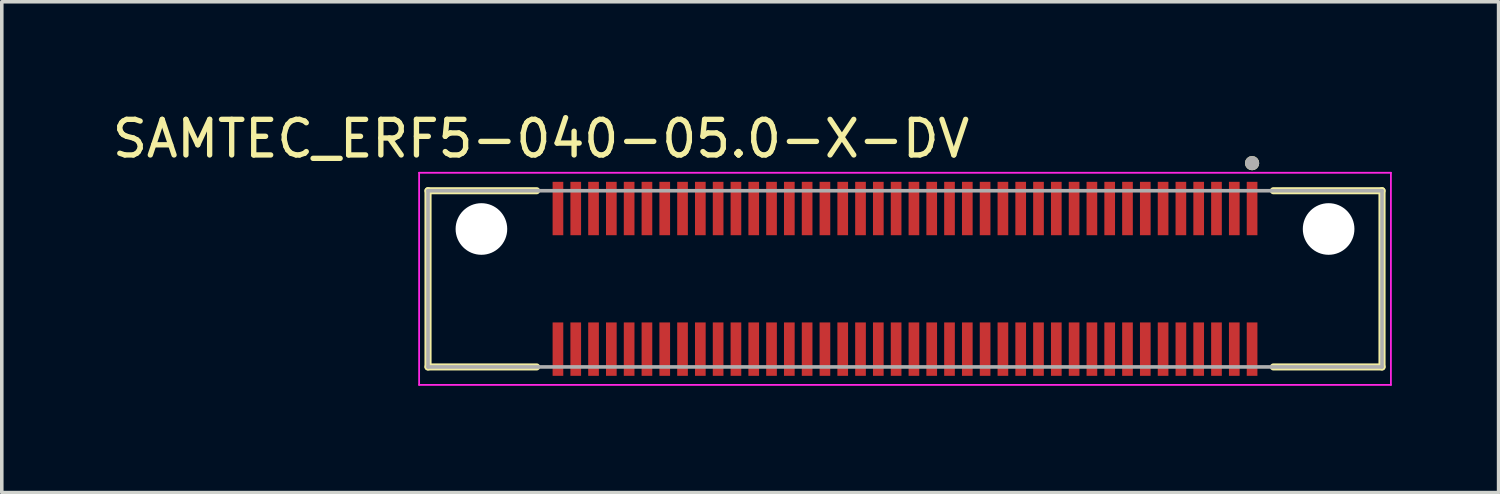
<source format=kicad_pcb>
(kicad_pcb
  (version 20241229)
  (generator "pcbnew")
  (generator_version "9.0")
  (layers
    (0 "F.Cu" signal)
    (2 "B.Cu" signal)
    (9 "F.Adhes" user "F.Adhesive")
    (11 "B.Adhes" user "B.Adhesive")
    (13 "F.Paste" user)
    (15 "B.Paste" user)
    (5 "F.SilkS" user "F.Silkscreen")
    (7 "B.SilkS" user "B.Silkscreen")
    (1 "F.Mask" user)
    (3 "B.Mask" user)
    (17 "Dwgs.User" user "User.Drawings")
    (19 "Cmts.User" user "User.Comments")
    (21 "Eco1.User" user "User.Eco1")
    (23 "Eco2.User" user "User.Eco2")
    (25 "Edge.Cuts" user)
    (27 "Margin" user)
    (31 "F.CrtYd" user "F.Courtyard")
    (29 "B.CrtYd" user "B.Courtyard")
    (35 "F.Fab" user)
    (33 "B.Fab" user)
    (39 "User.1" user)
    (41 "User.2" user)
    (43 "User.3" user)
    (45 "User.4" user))
  (footprint "SAMTEC_ERF5-040-05.0-X-DV"
    (layer "F.Cu")
    (at 22.374 4.783)
    (property "Reference" "SAMTEC_ERF5-040-05.0-X-DV" (at -10.225 -3.935 0) (layer "F.SilkS") (effects (font (size 1 1) (thickness 0.15))))
    (attr smd)
    (fp_line (start -13.4 -2.475) (end -10.35 -2.475) (stroke (width 0.2) (type solid)) (layer "F.SilkS"))
    (fp_line (start -13.4 2.475) (end -13.4 -2.475) (stroke (width 0.2) (type solid)) (layer "F.SilkS"))
    (fp_line (start -10.35 2.475) (end -13.4 2.475) (stroke (width 0.2) (type solid)) (layer "F.SilkS"))
    (fp_line (start 10.35 -2.475) (end 13.4 -2.475) (stroke (width 0.2) (type solid)) (layer "F.SilkS"))
    (fp_line (start 13.4 -2.475) (end 13.4 2.475) (stroke (width 0.2) (type solid)) (layer "F.SilkS"))
    (fp_line (start 13.4 2.475) (end 10.35 2.475) (stroke (width 0.2) (type solid)) (layer "F.SilkS"))
    (fp_circle (center 9.75 -3.25) (end 9.85 -3.25) (stroke (width 0.2) (type solid)) (fill no) (layer "F.SilkS"))
    (fp_poly (pts (xy -9.877 -2.725) (xy -9.623 -2.725) (xy -9.623 -1.225) (xy -9.877 -1.225)) (stroke (width 0.01) (type solid)) (fill yes) (layer "F.Paste"))
    (fp_poly (pts (xy -9.877 1.225) (xy -9.623 1.225) (xy -9.623 2.725) (xy -9.877 2.725)) (stroke (width 0.01) (type solid)) (fill yes) (layer "F.Paste"))
    (fp_poly (pts (xy -9.377 -2.725) (xy -9.123 -2.725) (xy -9.123 -1.225) (xy -9.377 -1.225)) (stroke (width 0.01) (type solid)) (fill yes) (layer "F.Paste"))
    (fp_poly (pts (xy -9.377 1.225) (xy -9.123 1.225) (xy -9.123 2.725) (xy -9.377 2.725)) (stroke (width 0.01) (type solid)) (fill yes) (layer "F.Paste"))
    (fp_poly (pts (xy -8.877 -2.725) (xy -8.623 -2.725) (xy -8.623 -1.225) (xy -8.877 -1.225)) (stroke (width 0.01) (type solid)) (fill yes) (layer "F.Paste"))
    (fp_poly (pts (xy -8.877 1.225) (xy -8.623 1.225) (xy -8.623 2.725) (xy -8.877 2.725)) (stroke (width 0.01) (type solid)) (fill yes) (layer "F.Paste"))
    (fp_poly (pts (xy -8.377 -2.725) (xy -8.123 -2.725) (xy -8.123 -1.225) (xy -8.377 -1.225)) (stroke (width 0.01) (type solid)) (fill yes) (layer "F.Paste"))
    (fp_poly (pts (xy -8.377 1.225) (xy -8.123 1.225) (xy -8.123 2.725) (xy -8.377 2.725)) (stroke (width 0.01) (type solid)) (fill yes) (layer "F.Paste"))
    (fp_poly (pts (xy -7.877 -2.725) (xy -7.623 -2.725) (xy -7.623 -1.225) (xy -7.877 -1.225)) (stroke (width 0.01) (type solid)) (fill yes) (layer "F.Paste"))
    (fp_poly (pts (xy -7.877 1.225) (xy -7.623 1.225) (xy -7.623 2.725) (xy -7.877 2.725)) (stroke (width 0.01) (type solid)) (fill yes) (layer "F.Paste"))
    (fp_poly (pts (xy -7.377 -2.725) (xy -7.123 -2.725) (xy -7.123 -1.225) (xy -7.377 -1.225)) (stroke (width 0.01) (type solid)) (fill yes) (layer "F.Paste"))
    (fp_poly (pts (xy -7.377 1.225) (xy -7.123 1.225) (xy -7.123 2.725) (xy -7.377 2.725)) (stroke (width 0.01) (type solid)) (fill yes) (layer "F.Paste"))
    (fp_poly (pts (xy -6.877 -2.725) (xy -6.623 -2.725) (xy -6.623 -1.225) (xy -6.877 -1.225)) (stroke (width 0.01) (type solid)) (fill yes) (layer "F.Paste"))
    (fp_poly (pts (xy -6.877 1.225) (xy -6.623 1.225) (xy -6.623 2.725) (xy -6.877 2.725)) (stroke (width 0.01) (type solid)) (fill yes) (layer "F.Paste"))
    (fp_poly (pts (xy -6.377 -2.725) (xy -6.123 -2.725) (xy -6.123 -1.225) (xy -6.377 -1.225)) (stroke (width 0.01) (type solid)) (fill yes) (layer "F.Paste"))
    (fp_poly (pts (xy -6.377 1.225) (xy -6.123 1.225) (xy -6.123 2.725) (xy -6.377 2.725)) (stroke (width 0.01) (type solid)) (fill yes) (layer "F.Paste"))
    (fp_poly (pts (xy -5.877 -2.725) (xy -5.623 -2.725) (xy -5.623 -1.225) (xy -5.877 -1.225)) (stroke (width 0.01) (type solid)) (fill yes) (layer "F.Paste"))
    (fp_poly (pts (xy -5.877 1.225) (xy -5.623 1.225) (xy -5.623 2.725) (xy -5.877 2.725)) (stroke (width 0.01) (type solid)) (fill yes) (layer "F.Paste"))
    (fp_poly (pts (xy -5.377 -2.725) (xy -5.123 -2.725) (xy -5.123 -1.225) (xy -5.377 -1.225)) (stroke (width 0.01) (type solid)) (fill yes) (layer "F.Paste"))
    (fp_poly (pts (xy -5.377 1.225) (xy -5.123 1.225) (xy -5.123 2.725) (xy -5.377 2.725)) (stroke (width 0.01) (type solid)) (fill yes) (layer "F.Paste"))
    (fp_poly (pts (xy -4.877 -2.725) (xy -4.623 -2.725) (xy -4.623 -1.225) (xy -4.877 -1.225)) (stroke (width 0.01) (type solid)) (fill yes) (layer "F.Paste"))
    (fp_poly (pts (xy -4.877 1.225) (xy -4.623 1.225) (xy -4.623 2.725) (xy -4.877 2.725)) (stroke (width 0.01) (type solid)) (fill yes) (layer "F.Paste"))
    (fp_poly (pts (xy -4.377 -2.725) (xy -4.123 -2.725) (xy -4.123 -1.225) (xy -4.377 -1.225)) (stroke (width 0.01) (type solid)) (fill yes) (layer "F.Paste"))
    (fp_poly (pts (xy -4.377 1.225) (xy -4.123 1.225) (xy -4.123 2.725) (xy -4.377 2.725)) (stroke (width 0.01) (type solid)) (fill yes) (layer "F.Paste"))
    (fp_poly (pts (xy -3.877 -2.725) (xy -3.623 -2.725) (xy -3.623 -1.225) (xy -3.877 -1.225)) (stroke (width 0.01) (type solid)) (fill yes) (layer "F.Paste"))
    (fp_poly (pts (xy -3.877 1.225) (xy -3.623 1.225) (xy -3.623 2.725) (xy -3.877 2.725)) (stroke (width 0.01) (type solid)) (fill yes) (layer "F.Paste"))
    (fp_poly (pts (xy -3.377 -2.725) (xy -3.123 -2.725) (xy -3.123 -1.225) (xy -3.377 -1.225)) (stroke (width 0.01) (type solid)) (fill yes) (layer "F.Paste"))
    (fp_poly (pts (xy -3.377 1.225) (xy -3.123 1.225) (xy -3.123 2.725) (xy -3.377 2.725)) (stroke (width 0.01) (type solid)) (fill yes) (layer "F.Paste"))
    (fp_poly (pts (xy -2.877 -2.725) (xy -2.623 -2.725) (xy -2.623 -1.225) (xy -2.877 -1.225)) (stroke (width 0.01) (type solid)) (fill yes) (layer "F.Paste"))
    (fp_poly (pts (xy -2.877 1.225) (xy -2.623 1.225) (xy -2.623 2.725) (xy -2.877 2.725)) (stroke (width 0.01) (type solid)) (fill yes) (layer "F.Paste"))
    (fp_poly (pts (xy -2.377 -2.725) (xy -2.123 -2.725) (xy -2.123 -1.225) (xy -2.377 -1.225)) (stroke (width 0.01) (type solid)) (fill yes) (layer "F.Paste"))
    (fp_poly (pts (xy -2.377 1.225) (xy -2.123 1.225) (xy -2.123 2.725) (xy -2.377 2.725)) (stroke (width 0.01) (type solid)) (fill yes) (layer "F.Paste"))
    (fp_poly (pts (xy -1.877 -2.725) (xy -1.623 -2.725) (xy -1.623 -1.225) (xy -1.877 -1.225)) (stroke (width 0.01) (type solid)) (fill yes) (layer "F.Paste"))
    (fp_poly (pts (xy -1.877 1.225) (xy -1.623 1.225) (xy -1.623 2.725) (xy -1.877 2.725)) (stroke (width 0.01) (type solid)) (fill yes) (layer "F.Paste"))
    (fp_poly (pts (xy -1.377 -2.725) (xy -1.123 -2.725) (xy -1.123 -1.225) (xy -1.377 -1.225)) (stroke (width 0.01) (type solid)) (fill yes) (layer "F.Paste"))
    (fp_poly (pts (xy -1.377 1.225) (xy -1.123 1.225) (xy -1.123 2.725) (xy -1.377 2.725)) (stroke (width 0.01) (type solid)) (fill yes) (layer "F.Paste"))
    (fp_poly (pts (xy -0.877 -2.725) (xy -0.623 -2.725) (xy -0.623 -1.225) (xy -0.877 -1.225)) (stroke (width 0.01) (type solid)) (fill yes) (layer "F.Paste"))
    (fp_poly (pts (xy -0.877 1.225) (xy -0.623 1.225) (xy -0.623 2.725) (xy -0.877 2.725)) (stroke (width 0.01) (type solid)) (fill yes) (layer "F.Paste"))
    (fp_poly (pts (xy -0.377 -2.725) (xy -0.123 -2.725) (xy -0.123 -1.225) (xy -0.377 -1.225)) (stroke (width 0.01) (type solid)) (fill yes) (layer "F.Paste"))
    (fp_poly (pts (xy -0.377 1.225) (xy -0.123 1.225) (xy -0.123 2.725) (xy -0.377 2.725)) (stroke (width 0.01) (type solid)) (fill yes) (layer "F.Paste"))
    (fp_poly (pts (xy 0.123 -2.725) (xy 0.377 -2.725) (xy 0.377 -1.225) (xy 0.123 -1.225)) (stroke (width 0.01) (type solid)) (fill yes) (layer "F.Paste"))
    (fp_poly (pts (xy 0.123 1.225) (xy 0.377 1.225) (xy 0.377 2.725) (xy 0.123 2.725)) (stroke (width 0.01) (type solid)) (fill yes) (layer "F.Paste"))
    (fp_poly (pts (xy 0.623 -2.725) (xy 0.877 -2.725) (xy 0.877 -1.225) (xy 0.623 -1.225)) (stroke (width 0.01) (type solid)) (fill yes) (layer "F.Paste"))
    (fp_poly (pts (xy 0.623 1.225) (xy 0.877 1.225) (xy 0.877 2.725) (xy 0.623 2.725)) (stroke (width 0.01) (type solid)) (fill yes) (layer "F.Paste"))
    (fp_poly (pts (xy 1.123 -2.725) (xy 1.377 -2.725) (xy 1.377 -1.225) (xy 1.123 -1.225)) (stroke (width 0.01) (type solid)) (fill yes) (layer "F.Paste"))
    (fp_poly (pts (xy 1.123 1.225) (xy 1.377 1.225) (xy 1.377 2.725) (xy 1.123 2.725)) (stroke (width 0.01) (type solid)) (fill yes) (layer "F.Paste"))
    (fp_poly (pts (xy 1.623 -2.725) (xy 1.877 -2.725) (xy 1.877 -1.225) (xy 1.623 -1.225)) (stroke (width 0.01) (type solid)) (fill yes) (layer "F.Paste"))
    (fp_poly (pts (xy 1.623 1.225) (xy 1.877 1.225) (xy 1.877 2.725) (xy 1.623 2.725)) (stroke (width 0.01) (type solid)) (fill yes) (layer "F.Paste"))
    (fp_poly (pts (xy 2.123 -2.725) (xy 2.377 -2.725) (xy 2.377 -1.225) (xy 2.123 -1.225)) (stroke (width 0.01) (type solid)) (fill yes) (layer "F.Paste"))
    (fp_poly (pts (xy 2.123 1.225) (xy 2.377 1.225) (xy 2.377 2.725) (xy 2.123 2.725)) (stroke (width 0.01) (type solid)) (fill yes) (layer "F.Paste"))
    (fp_poly (pts (xy 2.623 -2.725) (xy 2.877 -2.725) (xy 2.877 -1.225) (xy 2.623 -1.225)) (stroke (width 0.01) (type solid)) (fill yes) (layer "F.Paste"))
    (fp_poly (pts (xy 2.623 1.225) (xy 2.877 1.225) (xy 2.877 2.725) (xy 2.623 2.725)) (stroke (width 0.01) (type solid)) (fill yes) (layer "F.Paste"))
    (fp_poly (pts (xy 3.123 -2.725) (xy 3.377 -2.725) (xy 3.377 -1.225) (xy 3.123 -1.225)) (stroke (width 0.01) (type solid)) (fill yes) (layer "F.Paste"))
    (fp_poly (pts (xy 3.123 1.225) (xy 3.377 1.225) (xy 3.377 2.725) (xy 3.123 2.725)) (stroke (width 0.01) (type solid)) (fill yes) (layer "F.Paste"))
    (fp_poly (pts (xy 3.623 -2.725) (xy 3.877 -2.725) (xy 3.877 -1.225) (xy 3.623 -1.225)) (stroke (width 0.01) (type solid)) (fill yes) (layer "F.Paste"))
    (fp_poly (pts (xy 3.623 1.225) (xy 3.877 1.225) (xy 3.877 2.725) (xy 3.623 2.725)) (stroke (width 0.01) (type solid)) (fill yes) (layer "F.Paste"))
    (fp_poly (pts (xy 4.123 -2.725) (xy 4.377 -2.725) (xy 4.377 -1.225) (xy 4.123 -1.225)) (stroke (width 0.01) (type solid)) (fill yes) (layer "F.Paste"))
    (fp_poly (pts (xy 4.123 1.225) (xy 4.377 1.225) (xy 4.377 2.725) (xy 4.123 2.725)) (stroke (width 0.01) (type solid)) (fill yes) (layer "F.Paste"))
    (fp_poly (pts (xy 4.623 -2.725) (xy 4.877 -2.725) (xy 4.877 -1.225) (xy 4.623 -1.225)) (stroke (width 0.01) (type solid)) (fill yes) (layer "F.Paste"))
    (fp_poly (pts (xy 4.623 1.225) (xy 4.877 1.225) (xy 4.877 2.725) (xy 4.623 2.725)) (stroke (width 0.01) (type solid)) (fill yes) (layer "F.Paste"))
    (fp_poly (pts (xy 5.123 -2.725) (xy 5.377 -2.725) (xy 5.377 -1.225) (xy 5.123 -1.225)) (stroke (width 0.01) (type solid)) (fill yes) (layer "F.Paste"))
    (fp_poly (pts (xy 5.123 1.225) (xy 5.377 1.225) (xy 5.377 2.725) (xy 5.123 2.725)) (stroke (width 0.01) (type solid)) (fill yes) (layer "F.Paste"))
    (fp_poly (pts (xy 5.623 -2.725) (xy 5.877 -2.725) (xy 5.877 -1.225) (xy 5.623 -1.225)) (stroke (width 0.01) (type solid)) (fill yes) (layer "F.Paste"))
    (fp_poly (pts (xy 5.623 1.225) (xy 5.877 1.225) (xy 5.877 2.725) (xy 5.623 2.725)) (stroke (width 0.01) (type solid)) (fill yes) (layer "F.Paste"))
    (fp_poly (pts (xy 6.123 -2.725) (xy 6.377 -2.725) (xy 6.377 -1.225) (xy 6.123 -1.225)) (stroke (width 0.01) (type solid)) (fill yes) (layer "F.Paste"))
    (fp_poly (pts (xy 6.123 1.225) (xy 6.377 1.225) (xy 6.377 2.725) (xy 6.123 2.725)) (stroke (width 0.01) (type solid)) (fill yes) (layer "F.Paste"))
    (fp_poly (pts (xy 6.623 -2.725) (xy 6.877 -2.725) (xy 6.877 -1.225) (xy 6.623 -1.225)) (stroke (width 0.01) (type solid)) (fill yes) (layer "F.Paste"))
    (fp_poly (pts (xy 6.623 1.225) (xy 6.877 1.225) (xy 6.877 2.725) (xy 6.623 2.725)) (stroke (width 0.01) (type solid)) (fill yes) (layer "F.Paste"))
    (fp_poly (pts (xy 7.123 -2.725) (xy 7.377 -2.725) (xy 7.377 -1.225) (xy 7.123 -1.225)) (stroke (width 0.01) (type solid)) (fill yes) (layer "F.Paste"))
    (fp_poly (pts (xy 7.123 1.225) (xy 7.377 1.225) (xy 7.377 2.725) (xy 7.123 2.725)) (stroke (width 0.01) (type solid)) (fill yes) (layer "F.Paste"))
    (fp_poly (pts (xy 7.623 -2.725) (xy 7.877 -2.725) (xy 7.877 -1.225) (xy 7.623 -1.225)) (stroke (width 0.01) (type solid)) (fill yes) (layer "F.Paste"))
    (fp_poly (pts (xy 7.623 1.225) (xy 7.877 1.225) (xy 7.877 2.725) (xy 7.623 2.725)) (stroke (width 0.01) (type solid)) (fill yes) (layer "F.Paste"))
    (fp_poly (pts (xy 8.123 -2.725) (xy 8.377 -2.725) (xy 8.377 -1.225) (xy 8.123 -1.225)) (stroke (width 0.01) (type solid)) (fill yes) (layer "F.Paste"))
    (fp_poly (pts (xy 8.123 1.225) (xy 8.377 1.225) (xy 8.377 2.725) (xy 8.123 2.725)) (stroke (width 0.01) (type solid)) (fill yes) (layer "F.Paste"))
    (fp_poly (pts (xy 8.623 -2.725) (xy 8.877 -2.725) (xy 8.877 -1.225) (xy 8.623 -1.225)) (stroke (width 0.01) (type solid)) (fill yes) (layer "F.Paste"))
    (fp_poly (pts (xy 8.623 1.225) (xy 8.877 1.225) (xy 8.877 2.725) (xy 8.623 2.725)) (stroke (width 0.01) (type solid)) (fill yes) (layer "F.Paste"))
    (fp_poly (pts (xy 9.123 -2.725) (xy 9.377 -2.725) (xy 9.377 -1.225) (xy 9.123 -1.225)) (stroke (width 0.01) (type solid)) (fill yes) (layer "F.Paste"))
    (fp_poly (pts (xy 9.123 1.225) (xy 9.377 1.225) (xy 9.377 2.725) (xy 9.123 2.725)) (stroke (width 0.01) (type solid)) (fill yes) (layer "F.Paste"))
    (fp_poly (pts (xy 9.623 -2.725) (xy 9.877 -2.725) (xy 9.877 -1.225) (xy 9.623 -1.225)) (stroke (width 0.01) (type solid)) (fill yes) (layer "F.Paste"))
    (fp_poly (pts (xy 9.623 1.225) (xy 9.877 1.225) (xy 9.877 2.725) (xy 9.623 2.725)) (stroke (width 0.01) (type solid)) (fill yes) (layer "F.Paste"))
    (fp_line (start -13.65 -2.98) (end -13.65 2.98) (stroke (width 0.05) (type solid)) (layer "F.CrtYd"))
    (fp_line (start -13.65 2.98) (end 13.65 2.98) (stroke (width 0.05) (type solid)) (layer "F.CrtYd"))
    (fp_line (start 13.65 -2.98) (end -13.65 -2.98) (stroke (width 0.05) (type solid)) (layer "F.CrtYd"))
    (fp_line (start 13.65 2.98) (end 13.65 -2.98) (stroke (width 0.05) (type solid)) (layer "F.CrtYd"))
    (fp_line (start -13.4 -2.475) (end 13.4 -2.475) (stroke (width 0.1) (type solid)) (layer "F.Fab"))
    (fp_line (start -13.4 2.475) (end -13.4 -2.475) (stroke (width 0.1) (type solid)) (layer "F.Fab"))
    (fp_line (start 13.4 -2.475) (end 13.4 2.475) (stroke (width 0.1) (type solid)) (layer "F.Fab"))
    (fp_line (start 13.4 2.475) (end -13.4 2.475) (stroke (width 0.1) (type solid)) (layer "F.Fab"))
    (fp_circle (center 9.75 -3.25) (end 9.85 -3.25) (stroke (width 0.2) (type solid)) (fill no) (layer "F.Fab"))
    (pad "" np_thru_hole circle (at -11.9 -1.4) (size 1.45 1.45) (drill 1.45) (layers "*.Cu" "*.Mask"))
    (pad "" np_thru_hole circle (at 11.9 -1.4) (size 1.45 1.45) (drill 1.45) (layers "*.Cu" "*.Mask"))
    (pad "01" smd rect (at 9.75 -1.975 90) (size 1.5 0.3) (layers "F.Cu" "F.Mask"))
    (pad "02" smd rect (at 9.75 1.975 90) (size 1.5 0.3) (layers "F.Cu" "F.Mask"))
    (pad "03" smd rect (at 9.25 -1.975 90) (size 1.5 0.3) (layers "F.Cu" "F.Mask"))
    (pad "04" smd rect (at 9.25 1.975 90) (size 1.5 0.3) (layers "F.Cu" "F.Mask"))
    (pad "05" smd rect (at 8.75 -1.975 90) (size 1.5 0.3) (layers "F.Cu" "F.Mask"))
    (pad "06" smd rect (at 8.75 1.975 90) (size 1.5 0.3) (layers "F.Cu" "F.Mask"))
    (pad "07" smd rect (at 8.25 -1.975 90) (size 1.5 0.3) (layers "F.Cu" "F.Mask"))
    (pad "08" smd rect (at 8.25 1.975 90) (size 1.5 0.3) (layers "F.Cu" "F.Mask"))
    (pad "09" smd rect (at 7.75 -1.975 90) (size 1.5 0.3) (layers "F.Cu" "F.Mask"))
    (pad "10" smd rect (at 7.75 1.975 90) (size 1.5 0.3) (layers "F.Cu" "F.Mask"))
    (pad "11" smd rect (at 7.25 -1.975 90) (size 1.5 0.3) (layers "F.Cu" "F.Mask"))
    (pad "12" smd rect (at 7.25 1.975 90) (size 1.5 0.3) (layers "F.Cu" "F.Mask"))
    (pad "13" smd rect (at 6.75 -1.975 90) (size 1.5 0.3) (layers "F.Cu" "F.Mask"))
    (pad "14" smd rect (at 6.75 1.975 90) (size 1.5 0.3) (layers "F.Cu" "F.Mask"))
    (pad "15" smd rect (at 6.25 -1.975 90) (size 1.5 0.3) (layers "F.Cu" "F.Mask"))
    (pad "16" smd rect (at 6.25 1.975 90) (size 1.5 0.3) (layers "F.Cu" "F.Mask"))
    (pad "17" smd rect (at 5.75 -1.975 90) (size 1.5 0.3) (layers "F.Cu" "F.Mask"))
    (pad "18" smd rect (at 5.75 1.975 90) (size 1.5 0.3) (layers "F.Cu" "F.Mask"))
    (pad "19" smd rect (at 5.25 -1.975 90) (size 1.5 0.3) (layers "F.Cu" "F.Mask"))
    (pad "20" smd rect (at 5.25 1.975 90) (size 1.5 0.3) (layers "F.Cu" "F.Mask"))
    (pad "21" smd rect (at 4.75 -1.975 90) (size 1.5 0.3) (layers "F.Cu" "F.Mask"))
    (pad "22" smd rect (at 4.75 1.975 90) (size 1.5 0.3) (layers "F.Cu" "F.Mask"))
    (pad "23" smd rect (at 4.25 -1.975 90) (size 1.5 0.3) (layers "F.Cu" "F.Mask"))
    (pad "24" smd rect (at 4.25 1.975 90) (size 1.5 0.3) (layers "F.Cu" "F.Mask"))
    (pad "25" smd rect (at 3.75 -1.975 90) (size 1.5 0.3) (layers "F.Cu" "F.Mask"))
    (pad "26" smd rect (at 3.75 1.975 90) (size 1.5 0.3) (layers "F.Cu" "F.Mask"))
    (pad "27" smd rect (at 3.25 -1.975 90) (size 1.5 0.3) (layers "F.Cu" "F.Mask"))
    (pad "28" smd rect (at 3.25 1.975 90) (size 1.5 0.3) (layers "F.Cu" "F.Mask"))
    (pad "29" smd rect (at 2.75 -1.975 90) (size 1.5 0.3) (layers "F.Cu" "F.Mask"))
    (pad "30" smd rect (at 2.75 1.975 90) (size 1.5 0.3) (layers "F.Cu" "F.Mask"))
    (pad "31" smd rect (at 2.25 -1.975 90) (size 1.5 0.3) (layers "F.Cu" "F.Mask"))
    (pad "32" smd rect (at 2.25 1.975 90) (size 1.5 0.3) (layers "F.Cu" "F.Mask"))
    (pad "33" smd rect (at 1.75 -1.975 90) (size 1.5 0.3) (layers "F.Cu" "F.Mask"))
    (pad "34" smd rect (at 1.75 1.975 90) (size 1.5 0.3) (layers "F.Cu" "F.Mask"))
    (pad "35" smd rect (at 1.25 -1.975 90) (size 1.5 0.3) (layers "F.Cu" "F.Mask"))
    (pad "36" smd rect (at 1.25 1.975 90) (size 1.5 0.3) (layers "F.Cu" "F.Mask"))
    (pad "37" smd rect (at 0.75 -1.975 90) (size 1.5 0.3) (layers "F.Cu" "F.Mask"))
    (pad "38" smd rect (at 0.75 1.975 90) (size 1.5 0.3) (layers "F.Cu" "F.Mask"))
    (pad "39" smd rect (at 0.25 -1.975 90) (size 1.5 0.3) (layers "F.Cu" "F.Mask"))
    (pad "40" smd rect (at 0.25 1.975 90) (size 1.5 0.3) (layers "F.Cu" "F.Mask"))
    (pad "41" smd rect (at -0.25 -1.975 90) (size 1.5 0.3) (layers "F.Cu" "F.Mask"))
    (pad "42" smd rect (at -0.25 1.975 90) (size 1.5 0.3) (layers "F.Cu" "F.Mask"))
    (pad "43" smd rect (at -0.75 -1.975 90) (size 1.5 0.3) (layers "F.Cu" "F.Mask"))
    (pad "44" smd rect (at -0.75 1.975 90) (size 1.5 0.3) (layers "F.Cu" "F.Mask"))
    (pad "45" smd rect (at -1.25 -1.975 90) (size 1.5 0.3) (layers "F.Cu" "F.Mask"))
    (pad "46" smd rect (at -1.25 1.975 90) (size 1.5 0.3) (layers "F.Cu" "F.Mask"))
    (pad "47" smd rect (at -1.75 -1.975 90) (size 1.5 0.3) (layers "F.Cu" "F.Mask"))
    (pad "48" smd rect (at -1.75 1.975 90) (size 1.5 0.3) (layers "F.Cu" "F.Mask"))
    (pad "49" smd rect (at -2.25 -1.975 90) (size 1.5 0.3) (layers "F.Cu" "F.Mask"))
    (pad "50" smd rect (at -2.25 1.975 90) (size 1.5 0.3) (layers "F.Cu" "F.Mask"))
    (pad "51" smd rect (at -2.75 -1.975 90) (size 1.5 0.3) (layers "F.Cu" "F.Mask"))
    (pad "52" smd rect (at -2.75 1.975 90) (size 1.5 0.3) (layers "F.Cu" "F.Mask"))
    (pad "53" smd rect (at -3.25 -1.975 90) (size 1.5 0.3) (layers "F.Cu" "F.Mask"))
    (pad "54" smd rect (at -3.25 1.975 90) (size 1.5 0.3) (layers "F.Cu" "F.Mask"))
    (pad "55" smd rect (at -3.75 -1.975 90) (size 1.5 0.3) (layers "F.Cu" "F.Mask"))
    (pad "56" smd rect (at -3.75 1.975 90) (size 1.5 0.3) (layers "F.Cu" "F.Mask"))
    (pad "57" smd rect (at -4.25 -1.975 90) (size 1.5 0.3) (layers "F.Cu" "F.Mask"))
    (pad "58" smd rect (at -4.25 1.975 90) (size 1.5 0.3) (layers "F.Cu" "F.Mask"))
    (pad "59" smd rect (at -4.75 -1.975 90) (size 1.5 0.3) (layers "F.Cu" "F.Mask"))
    (pad "60" smd rect (at -4.75 1.975 90) (size 1.5 0.3) (layers "F.Cu" "F.Mask"))
    (pad "61" smd rect (at -5.25 -1.975 90) (size 1.5 0.3) (layers "F.Cu" "F.Mask"))
    (pad "62" smd rect (at -5.25 1.975 90) (size 1.5 0.3) (layers "F.Cu" "F.Mask"))
    (pad "63" smd rect (at -5.75 -1.975 90) (size 1.5 0.3) (layers "F.Cu" "F.Mask"))
    (pad "64" smd rect (at -5.75 1.975 90) (size 1.5 0.3) (layers "F.Cu" "F.Mask"))
    (pad "65" smd rect (at -6.25 -1.975 90) (size 1.5 0.3) (layers "F.Cu" "F.Mask"))
    (pad "66" smd rect (at -6.25 1.975 90) (size 1.5 0.3) (layers "F.Cu" "F.Mask"))
    (pad "67" smd rect (at -6.75 -1.975 90) (size 1.5 0.3) (layers "F.Cu" "F.Mask"))
    (pad "68" smd rect (at -6.75 1.975 90) (size 1.5 0.3) (layers "F.Cu" "F.Mask"))
    (pad "69" smd rect (at -7.25 -1.975 90) (size 1.5 0.3) (layers "F.Cu" "F.Mask"))
    (pad "70" smd rect (at -7.25 1.975 90) (size 1.5 0.3) (layers "F.Cu" "F.Mask"))
    (pad "71" smd rect (at -7.75 -1.975 90) (size 1.5 0.3) (layers "F.Cu" "F.Mask"))
    (pad "72" smd rect (at -7.75 1.975 90) (size 1.5 0.3) (layers "F.Cu" "F.Mask"))
    (pad "73" smd rect (at -8.25 -1.975 90) (size 1.5 0.3) (layers "F.Cu" "F.Mask"))
    (pad "74" smd rect (at -8.25 1.975 90) (size 1.5 0.3) (layers "F.Cu" "F.Mask"))
    (pad "75" smd rect (at -8.75 -1.975 90) (size 1.5 0.3) (layers "F.Cu" "F.Mask"))
    (pad "76" smd rect (at -8.75 1.975 90) (size 1.5 0.3) (layers "F.Cu" "F.Mask"))
    (pad "77" smd rect (at -9.25 -1.975 90) (size 1.5 0.3) (layers "F.Cu" "F.Mask"))
    (pad "78" smd rect (at -9.25 1.975 90) (size 1.5 0.3) (layers "F.Cu" "F.Mask"))
    (pad "79" smd rect (at -9.75 -1.975 90) (size 1.5 0.3) (layers "F.Cu" "F.Mask"))
    (pad "80" smd rect (at -9.75 1.975 90) (size 1.5 0.3) (layers "F.Cu" "F.Mask")))
  (gr_rect
    (start -3 -3)
    (end 39.049 10.788)
    (stroke (width 0.1) (type default))
    (fill no)
    (layer "Edge.Cuts")))
</source>
